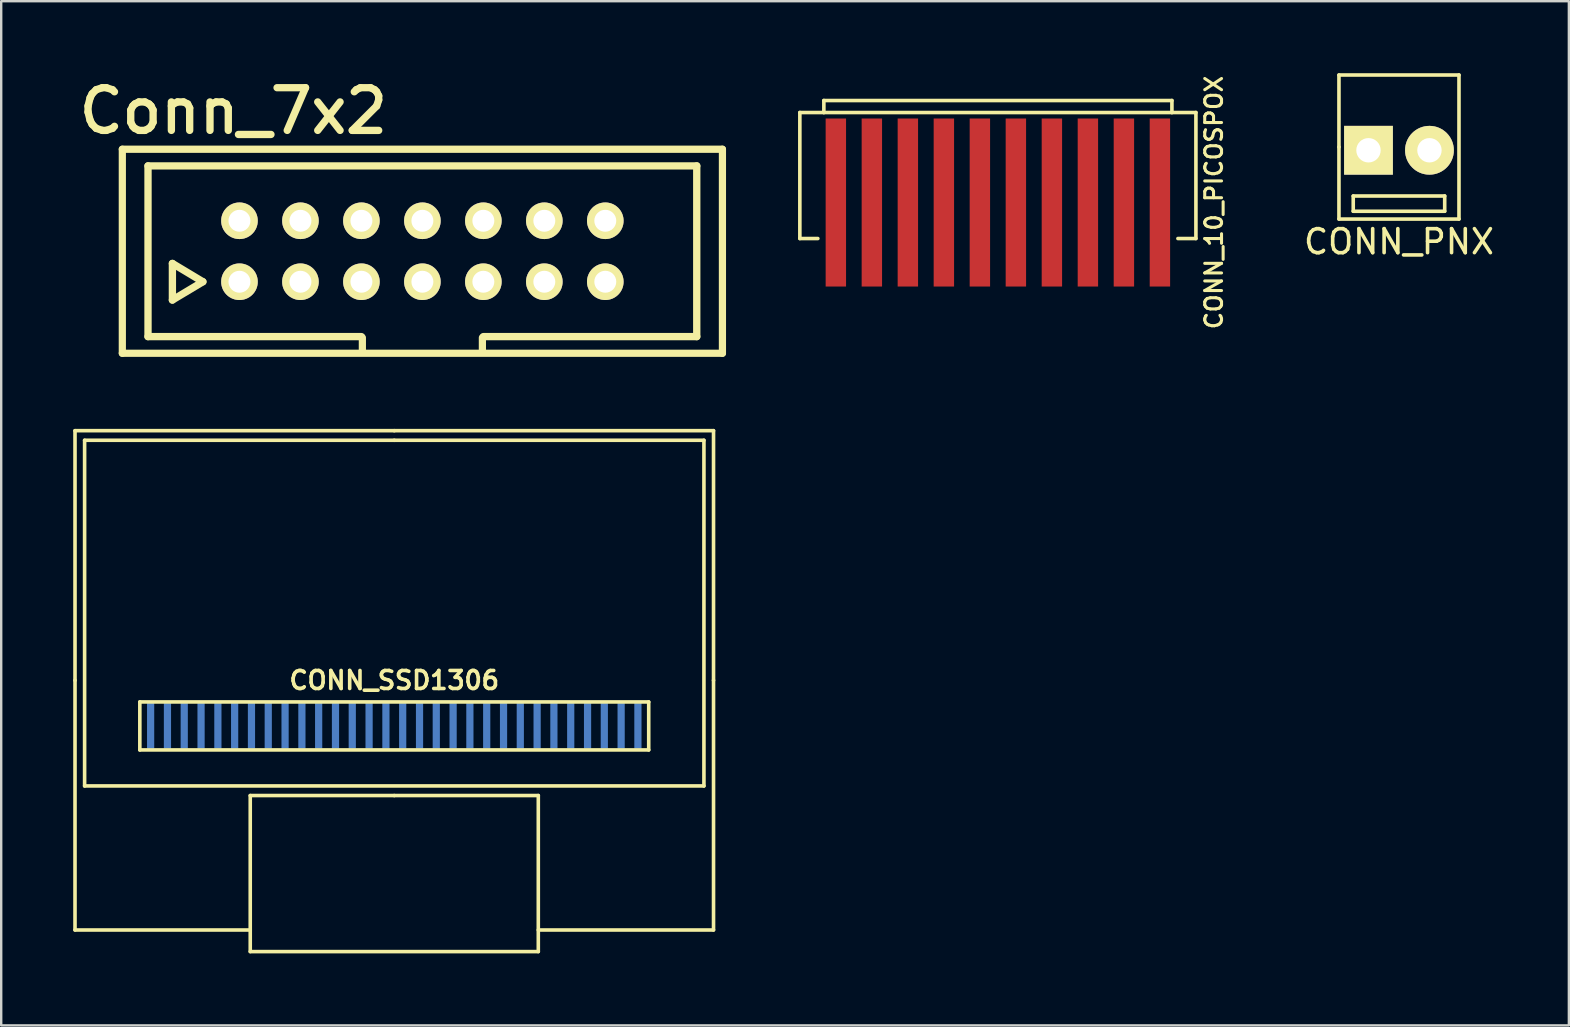
<source format=kicad_pcb>
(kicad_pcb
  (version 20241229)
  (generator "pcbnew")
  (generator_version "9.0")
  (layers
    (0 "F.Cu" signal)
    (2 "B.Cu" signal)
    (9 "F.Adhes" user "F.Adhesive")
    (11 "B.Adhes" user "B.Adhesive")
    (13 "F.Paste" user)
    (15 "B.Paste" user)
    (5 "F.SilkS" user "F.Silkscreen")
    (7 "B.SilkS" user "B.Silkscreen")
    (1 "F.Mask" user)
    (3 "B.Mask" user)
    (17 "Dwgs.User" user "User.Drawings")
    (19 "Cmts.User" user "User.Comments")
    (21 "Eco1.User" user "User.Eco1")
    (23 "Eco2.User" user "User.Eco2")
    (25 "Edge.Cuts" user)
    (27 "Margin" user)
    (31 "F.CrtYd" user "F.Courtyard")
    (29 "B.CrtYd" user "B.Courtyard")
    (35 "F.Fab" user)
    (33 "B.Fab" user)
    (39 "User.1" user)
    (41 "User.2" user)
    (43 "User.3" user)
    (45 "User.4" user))
  (footprint "CONN_SSD1306"
    (layer "F.Cu")
    (at 13.375 25.292)
    (property "Reference" "CONN_SSD1306" (at 0 0 0) (layer "F.SilkS") (effects (font (size 0.75 0.75) (thickness 0.15))))
    (attr through_hole)
    (fp_line (start -13.3 -10.4) (end -13.3 0) (stroke (width 0.15) (type solid)) (layer "F.SilkS"))
    (fp_line (start -13.3 0) (end -13.3 10.4) (stroke (width 0.15) (type solid)) (layer "F.SilkS"))
    (fp_line (start -13.3 10.4) (end -6 10.4) (stroke (width 0.15) (type solid)) (layer "F.SilkS"))
    (fp_line (start -12.9 -10) (end -12.9 4.4) (stroke (width 0.15) (type solid)) (layer "F.SilkS"))
    (fp_line (start -12.9 4.4) (end 12.9 4.4) (stroke (width 0.15) (type solid)) (layer "F.SilkS"))
    (fp_line (start -10.6 0.9) (end 10.6 0.9) (stroke (width 0.15) (type solid)) (layer "F.SilkS"))
    (fp_line (start -10.6 2.9) (end -10.6 0.9) (stroke (width 0.15) (type solid)) (layer "F.SilkS"))
    (fp_line (start -6 4.8) (end 0 4.8) (stroke (width 0.15) (type solid)) (layer "F.SilkS"))
    (fp_line (start -6 11.3) (end -6 4.8) (stroke (width 0.15) (type solid)) (layer "F.SilkS"))
    (fp_line (start 0 -10.4) (end -13.3 -10.4) (stroke (width 0.15) (type solid)) (layer "F.SilkS"))
    (fp_line (start 0 -10) (end -12.9 -10) (stroke (width 0.15) (type solid)) (layer "F.SilkS"))
    (fp_line (start 0 4.8) (end 6 4.8) (stroke (width 0.15) (type solid)) (layer "F.SilkS"))
    (fp_line (start 6 4.8) (end 6 11.3) (stroke (width 0.15) (type solid)) (layer "F.SilkS"))
    (fp_line (start 6 11.3) (end -6 11.3) (stroke (width 0.15) (type solid)) (layer "F.SilkS"))
    (fp_line (start 10.6 0.9) (end 10.6 2.9) (stroke (width 0.15) (type solid)) (layer "F.SilkS"))
    (fp_line (start 10.6 2.9) (end -10.6 2.9) (stroke (width 0.15) (type solid)) (layer "F.SilkS"))
    (fp_line (start 12.9 -10) (end 0 -10) (stroke (width 0.15) (type solid)) (layer "F.SilkS"))
    (fp_line (start 12.9 4.4) (end 12.9 -10) (stroke (width 0.15) (type solid)) (layer "F.SilkS"))
    (fp_line (start 13.3 -10.4) (end 0 -10.4) (stroke (width 0.15) (type solid)) (layer "F.SilkS"))
    (fp_line (start 13.3 0) (end 13.3 -10.4) (stroke (width 0.15) (type solid)) (layer "F.SilkS"))
    (fp_line (start 13.3 10.4) (end 6 10.4) (stroke (width 0.15) (type solid)) (layer "F.SilkS"))
    (fp_line (start 13.3 10.4) (end 13.3 0) (stroke (width 0.15) (type solid)) (layer "F.SilkS"))
    (pad "1" smd rect (at -10.15 1.899) (size 0.3 1.9) (layers "B.Cu" "B.Mask" "B.Paste"))
    (pad "2" smd rect (at -9.449 1.899) (size 0.3 1.9) (layers "B.Cu" "B.Mask" "B.Paste"))
    (pad "3" smd rect (at -8.75 1.899) (size 0.3 1.9) (layers "B.Cu" "B.Mask" "B.Paste"))
    (pad "4" smd rect (at -8.049 1.899) (size 0.3 1.9) (layers "B.Cu" "B.Mask" "B.Paste"))
    (pad "5" smd rect (at -7.348 1.899) (size 0.3 1.9) (layers "B.Cu" "B.Mask" "B.Paste"))
    (pad "6" smd rect (at -6.65 1.899) (size 0.3 1.9) (layers "B.Cu" "B.Mask" "B.Paste"))
    (pad "7" smd rect (at -5.949 1.899) (size 0.3 1.9) (layers "B.Cu" "B.Mask" "B.Paste"))
    (pad "8" smd rect (at -5.25 1.899) (size 0.3 1.9) (layers "B.Cu" "B.Mask" "B.Paste"))
    (pad "9" smd rect (at -4.549 1.899) (size 0.3 1.9) (layers "B.Cu" "B.Mask" "B.Paste"))
    (pad "10" smd rect (at -3.848 1.899) (size 0.3 1.9) (layers "B.Cu" "B.Mask" "B.Paste"))
    (pad "11" smd rect (at -3.15 1.899) (size 0.3 1.9) (layers "B.Cu" "B.Mask" "B.Paste"))
    (pad "12" smd rect (at -2.449 1.899) (size 0.3 1.9) (layers "B.Cu" "B.Mask" "B.Paste"))
    (pad "13" smd rect (at -1.75 1.899) (size 0.3 1.9) (layers "B.Cu" "B.Mask" "B.Paste"))
    (pad "14" smd rect (at -1.049 1.899) (size 0.3 1.9) (layers "B.Cu" "B.Mask" "B.Paste"))
    (pad "15" smd rect (at -0.348 1.899) (size 0.3 1.9) (layers "B.Cu" "B.Mask" "B.Paste"))
    (pad "16" smd rect (at 0.351 1.899) (size 0.3 1.9) (layers "B.Cu" "B.Mask" "B.Paste"))
    (pad "17" smd rect (at 1.052 1.899) (size 0.3 1.9) (layers "B.Cu" "B.Mask" "B.Paste"))
    (pad "18" smd rect (at 1.75 1.899) (size 0.3 1.9) (layers "B.Cu" "B.Mask" "B.Paste"))
    (pad "19" smd rect (at 2.451 1.899) (size 0.3 1.9) (layers "B.Cu" "B.Mask" "B.Paste"))
    (pad "20" smd rect (at 3.15 1.899) (size 0.3 1.9) (layers "B.Cu" "B.Mask" "B.Paste"))
    (pad "21" smd rect (at 3.851 1.899) (size 0.3 1.9) (layers "B.Cu" "B.Mask" "B.Paste"))
    (pad "22" smd rect (at 4.552 1.899) (size 0.3 1.9) (layers "B.Cu" "B.Mask" "B.Paste"))
    (pad "23" smd rect (at 5.25 1.899) (size 0.3 1.9) (layers "B.Cu" "B.Mask" "B.Paste"))
    (pad "24" smd rect (at 5.951 1.899) (size 0.3 1.9) (layers "B.Cu" "B.Mask" "B.Paste"))
    (pad "25" smd rect (at 6.65 1.899) (size 0.3 1.9) (layers "B.Cu" "B.Mask" "B.Paste"))
    (pad "26" smd rect (at 7.351 1.899) (size 0.3 1.9) (layers "B.Cu" "B.Mask" "B.Paste"))
    (pad "27" smd rect (at 8.052 1.899) (size 0.3 1.9) (layers "B.Cu" "B.Mask" "B.Paste"))
    (pad "28" smd rect (at 8.75 1.899) (size 0.3 1.9) (layers "B.Cu" "B.Mask" "B.Paste"))
    (pad "29" smd rect (at 9.451 1.899) (size 0.3 1.9) (layers "B.Cu" "B.Mask" "B.Paste"))
    (pad "30" smd rect (at 10.15 1.899) (size 0.3 1.9) (layers "B.Cu" "B.Mask" "B.Paste")))
  (footprint "Conn_7x2"
    (layer "F.Cu")
    (at 14.546 7.417)
    (property "Reference" "Conn_7x2" (at -7.874 -5.842 0) (layer "F.SilkS") (effects (font (size 1.778 1.778) (thickness 0.305))))
    (attr through_hole)
    (fp_line (start -12.5 4.25) (end -12.5 -4.25) (stroke (width 0.3) (type solid)) (layer "F.SilkS"))
    (fp_line (start -12.5 4.25) (end 12.5 4.25) (stroke (width 0.3) (type solid)) (layer "F.SilkS"))
    (fp_line (start -11.43 -3.556) (end 11.43 -3.556) (stroke (width 0.305) (type solid)) (layer "F.SilkS"))
    (fp_line (start -11.43 3.556) (end -11.43 -3.556) (stroke (width 0.305) (type solid)) (layer "F.SilkS"))
    (fp_line (start -10.414 0.508) (end -10.414 2.032) (stroke (width 0.305) (type solid)) (layer "F.SilkS"))
    (fp_line (start -10.414 2.032) (end -9.144 1.27) (stroke (width 0.305) (type solid)) (layer "F.SilkS"))
    (fp_line (start -9.144 1.27) (end -10.414 0.508) (stroke (width 0.305) (type solid)) (layer "F.SilkS"))
    (fp_line (start -2.54 3.556) (end -11.43 3.556) (stroke (width 0.305) (type solid)) (layer "F.SilkS"))
    (fp_line (start -2.5 3.6) (end -2.5 4.2) (stroke (width 0.3) (type solid)) (layer "F.SilkS"))
    (fp_line (start 2.5 3.6) (end 2.5 4.2) (stroke (width 0.3) (type solid)) (layer "F.SilkS"))
    (fp_line (start 11.43 -3.556) (end 11.43 3.556) (stroke (width 0.305) (type solid)) (layer "F.SilkS"))
    (fp_line (start 11.43 3.556) (end 2.54 3.556) (stroke (width 0.305) (type solid)) (layer "F.SilkS"))
    (fp_line (start 12.5 -4.25) (end -12.5 -4.25) (stroke (width 0.3) (type solid)) (layer "F.SilkS"))
    (fp_line (start 12.5 4.25) (end 12.5 -4.25) (stroke (width 0.3) (type solid)) (layer "F.SilkS"))
    (pad "1" thru_hole circle (at -7.62 1.27) (size 1.524 1.524) (drill 0.914) (layers "*.Cu" "*.Mask" "F.SilkS"))
    (pad "2" thru_hole circle (at -7.62 -1.27) (size 1.524 1.524) (drill 0.914) (layers "*.Cu" "*.Mask" "F.SilkS"))
    (pad "3" thru_hole circle (at -5.08 1.27) (size 1.524 1.524) (drill 0.914) (layers "*.Cu" "*.Mask" "F.SilkS"))
    (pad "4" thru_hole circle (at -5.08 -1.27) (size 1.524 1.524) (drill 0.914) (layers "*.Cu" "*.Mask" "F.SilkS"))
    (pad "5" thru_hole circle (at -2.54 1.27) (size 1.524 1.524) (drill 0.914) (layers "*.Cu" "*.Mask" "F.SilkS"))
    (pad "6" thru_hole circle (at -2.54 -1.27) (size 1.524 1.524) (drill 0.914) (layers "*.Cu" "*.Mask" "F.SilkS"))
    (pad "7" thru_hole circle (at 0 1.27) (size 1.524 1.524) (drill 0.914) (layers "*.Cu" "*.Mask" "F.SilkS"))
    (pad "8" thru_hole circle (at 0 -1.27) (size 1.524 1.524) (drill 0.914) (layers "*.Cu" "*.Mask" "F.SilkS"))
    (pad "9" thru_hole circle (at 2.54 1.27) (size 1.524 1.524) (drill 0.914) (layers "*.Cu" "*.Mask" "F.SilkS"))
    (pad "10" thru_hole circle (at 2.54 -1.27) (size 1.524 1.524) (drill 0.914) (layers "*.Cu" "*.Mask" "F.SilkS"))
    (pad "11" thru_hole circle (at 5.08 1.27) (size 1.524 1.524) (drill 0.914) (layers "*.Cu" "*.Mask" "F.SilkS"))
    (pad "12" thru_hole circle (at 5.08 -1.27) (size 1.524 1.524) (drill 0.914) (layers "*.Cu" "*.Mask" "F.SilkS"))
    (pad "13" thru_hole circle (at 7.62 1.27) (size 1.524 1.524) (drill 0.914) (layers "*.Cu" "*.Mask" "F.SilkS"))
    (pad "14" thru_hole circle (at 7.62 -1.27) (size 1.524 1.524) (drill 0.914) (layers "*.Cu" "*.Mask" "F.SilkS")))
  (footprint "CONN_10_PICOSPOX"
    (layer "F.Cu")
    (at 38.521 5.387)
    (property "Reference" "CONN_10_PICOSPOX" (at 9 0 90) (layer "F.SilkS") (effects (font (size 0.7 0.7) (thickness 0.127))))
    (attr smd)
    (fp_line (start -8.25 -3.75) (end -7.25 -3.75) (stroke (width 0.15) (type solid)) (layer "F.SilkS"))
    (fp_line (start -8.25 1.5) (end -8.25 -3.75) (stroke (width 0.15) (type solid)) (layer "F.SilkS"))
    (fp_line (start -8.25 1.5) (end -7.5 1.5) (stroke (width 0.15) (type solid)) (layer "F.SilkS"))
    (fp_line (start -7.25 -4.25) (end 7.25 -4.25) (stroke (width 0.15) (type solid)) (layer "F.SilkS"))
    (fp_line (start -7.25 -3.75) (end -7.25 -4.25) (stroke (width 0.15) (type solid)) (layer "F.SilkS"))
    (fp_line (start -7.25 -3.75) (end 7.25 -3.75) (stroke (width 0.15) (type solid)) (layer "F.SilkS"))
    (fp_line (start 7.25 -4.25) (end 7.25 -3.75) (stroke (width 0.15) (type solid)) (layer "F.SilkS"))
    (fp_line (start 7.25 -3.75) (end 8.25 -3.75) (stroke (width 0.15) (type solid)) (layer "F.SilkS"))
    (fp_line (start 8.25 -3.75) (end 8.25 1.5) (stroke (width 0.15) (type solid)) (layer "F.SilkS"))
    (fp_line (start 8.25 1.5) (end 7.5 1.5) (stroke (width 0.15) (type solid)) (layer "F.SilkS"))
    (pad "1" smd rect (at -6.75 0) (size 0.85 7) (layers "F.Cu" "F.Mask" "F.Paste"))
    (pad "2" smd rect (at -5.25 0) (size 0.85 7) (layers "F.Cu" "F.Mask" "F.Paste"))
    (pad "3" smd rect (at -3.75 0) (size 0.85 7) (layers "F.Cu" "F.Mask" "F.Paste"))
    (pad "4" smd rect (at -2.25 0) (size 0.85 7) (layers "F.Cu" "F.Mask" "F.Paste"))
    (pad "5" smd rect (at -0.75 0) (size 0.85 7) (layers "F.Cu" "F.Mask" "F.Paste"))
    (pad "6" smd rect (at 0.75 0) (size 0.85 7) (layers "F.Cu" "F.Mask" "F.Paste"))
    (pad "7" smd rect (at 2.25 0) (size 0.85 7) (layers "F.Cu" "F.Mask" "F.Paste"))
    (pad "8" smd rect (at 3.75 0) (size 0.85 7) (layers "F.Cu" "F.Mask" "F.Paste"))
    (pad "9" smd rect (at 5.25 0) (size 0.85 7) (layers "F.Cu" "F.Mask" "F.Paste"))
    (pad "10" smd rect (at 6.75 0) (size 0.85 7) (layers "F.Cu" "F.Mask" "F.Paste")))
  (footprint "CONN_PNX"
    (layer "F.Cu")
    (at 55.23 3.21)
    (property "Reference" "CONN_PNX" (at 0 3.81 0) (layer "F.SilkS") (effects (font (size 1 1) (thickness 0.15))))
    (attr through_hole)
    (fp_line (start -2.5 -3.135) (end 2.5 -3.135) (stroke (width 0.15) (type solid)) (layer "F.SilkS"))
    (fp_line (start -2.5 -0.135) (end -2.5 -3.135) (stroke (width 0.15) (type solid)) (layer "F.SilkS"))
    (fp_line (start -2.5 2.865) (end -2.5 -0.135) (stroke (width 0.15) (type solid)) (layer "F.SilkS"))
    (fp_line (start -1.905 1.905) (end 1.905 1.905) (stroke (width 0.15) (type solid)) (layer "F.SilkS"))
    (fp_line (start -1.905 2.54) (end -1.905 1.905) (stroke (width 0.15) (type solid)) (layer "F.SilkS"))
    (fp_line (start 1.905 1.905) (end 1.905 2.54) (stroke (width 0.15) (type solid)) (layer "F.SilkS"))
    (fp_line (start 1.905 2.54) (end -1.905 2.54) (stroke (width 0.15) (type solid)) (layer "F.SilkS"))
    (fp_line (start 2.5 -3.135) (end 2.5 2.865) (stroke (width 0.15) (type solid)) (layer "F.SilkS"))
    (fp_line (start 2.5 2.865) (end -2.5 2.865) (stroke (width 0.15) (type solid)) (layer "F.SilkS"))
    (pad "1" thru_hole rect (at -1.27 0 90) (size 2.032 2.032) (drill 1.016) (layers "*.Cu" "*.Mask" "F.SilkS"))
    (pad "2" thru_hole oval (at 1.27 0 90) (size 2.032 2.032) (drill 1.016) (layers "*.Cu" "*.Mask" "F.SilkS")))
  (gr_rect
    (start -3 -3)
    (end 62.308 39.667)
    (stroke (width 0.1) (type default))
    (fill no)
    (layer "Edge.Cuts")))
</source>
